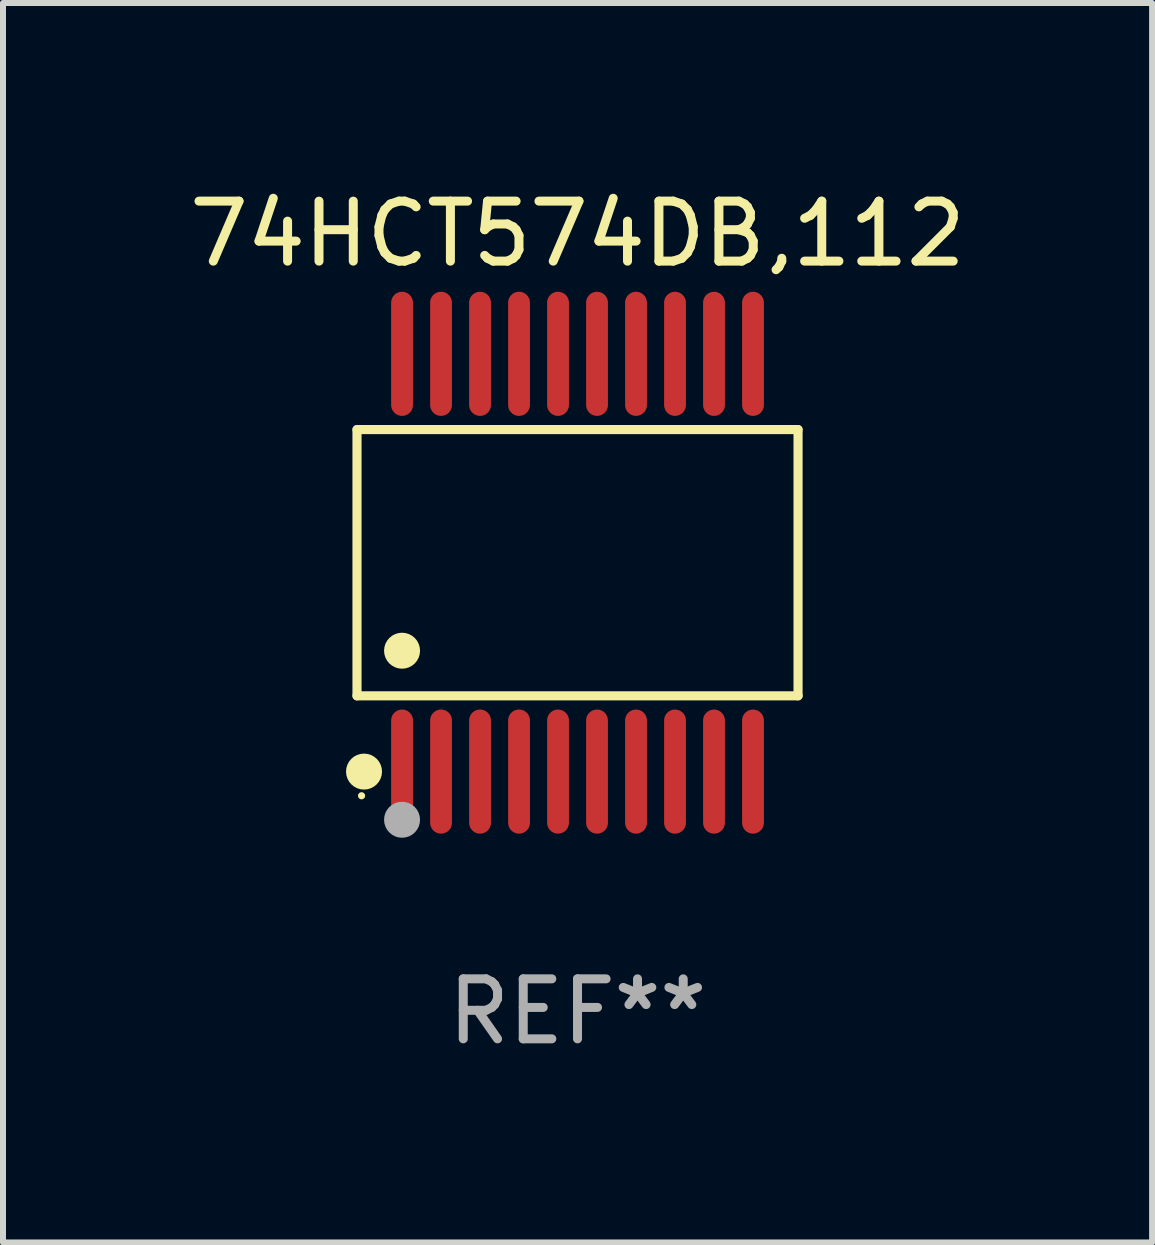
<source format=kicad_pcb>
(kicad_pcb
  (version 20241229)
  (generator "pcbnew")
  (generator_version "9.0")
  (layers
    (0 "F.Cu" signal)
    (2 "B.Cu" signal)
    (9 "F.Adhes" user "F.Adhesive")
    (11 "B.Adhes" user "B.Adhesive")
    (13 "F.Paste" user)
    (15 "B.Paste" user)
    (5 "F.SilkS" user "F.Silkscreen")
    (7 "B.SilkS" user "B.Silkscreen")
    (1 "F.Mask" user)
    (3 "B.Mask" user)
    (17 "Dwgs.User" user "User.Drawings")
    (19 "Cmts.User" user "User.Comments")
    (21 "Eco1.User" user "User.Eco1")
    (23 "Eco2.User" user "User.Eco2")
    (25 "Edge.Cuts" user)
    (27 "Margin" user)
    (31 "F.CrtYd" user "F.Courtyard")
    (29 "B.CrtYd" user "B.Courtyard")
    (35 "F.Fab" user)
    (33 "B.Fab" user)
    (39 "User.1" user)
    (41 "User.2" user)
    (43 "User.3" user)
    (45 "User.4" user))
  (footprint "74HCT574DB,112"
    (layer "F.Cu")
    (at 6.577 6.33)
    (property "Reference" "74HCT574DB,112" (at 0 -5.482 0) (layer "F.SilkS") (effects (font (size 1 1) (thickness 0.15))))
    (attr through_hole)
    (fp_line (start -3.676 -2.219) (end 3.676 -2.219) (stroke (width 0.152) (type solid)) (layer "F.SilkS"))
    (fp_line (start -3.676 2.219) (end -3.676 -2.219) (stroke (width 0.152) (type solid)) (layer "F.SilkS"))
    (fp_line (start 3.676 -2.219) (end 3.676 2.219) (stroke (width 0.152) (type solid)) (layer "F.SilkS"))
    (fp_line (start 3.676 2.219) (end -3.676 2.219) (stroke (width 0.152) (type solid)) (layer "F.SilkS"))
    (fp_circle (center -3.6 3.885) (end -3.57 3.885) (stroke (width 0.06) (type solid)) (fill no) (layer "F.SilkS"))
    (fp_circle (center -3.559 3.482) (end -3.409 3.482) (stroke (width 0.3) (type solid)) (fill no) (layer "F.SilkS"))
    (fp_circle (center -2.925 1.467) (end -2.775 1.467) (stroke (width 0.3) (type solid)) (fill no) (layer "F.SilkS"))
    (fp_circle (center -2.925 4.285) (end -2.775 4.285) (stroke (width 0.3) (type solid)) (fill no) (layer "F.Fab"))
    (fp_text user "REF**" (at 0 7.482 0) (layer "F.Fab") (effects (font (size 1 1) (thickness 0.15))))
    (pad "1" smd oval (at -2.925 3.482) (size 0.364 2.069) (layers "F.Cu" "F.Mask" "F.Paste"))
    (pad "2" smd oval (at -2.275 3.482) (size 0.364 2.069) (layers "F.Cu" "F.Mask" "F.Paste"))
    (pad "3" smd oval (at -1.625 3.482) (size 0.364 2.069) (layers "F.Cu" "F.Mask" "F.Paste"))
    (pad "4" smd oval (at -0.975 3.482) (size 0.364 2.069) (layers "F.Cu" "F.Mask" "F.Paste"))
    (pad "5" smd oval (at -0.325 3.482) (size 0.364 2.069) (layers "F.Cu" "F.Mask" "F.Paste"))
    (pad "6" smd oval (at 0.325 3.482) (size 0.364 2.069) (layers "F.Cu" "F.Mask" "F.Paste"))
    (pad "7" smd oval (at 0.975 3.482) (size 0.364 2.069) (layers "F.Cu" "F.Mask" "F.Paste"))
    (pad "8" smd oval (at 1.625 3.482) (size 0.364 2.069) (layers "F.Cu" "F.Mask" "F.Paste"))
    (pad "9" smd oval (at 2.275 3.482) (size 0.364 2.069) (layers "F.Cu" "F.Mask" "F.Paste"))
    (pad "10" smd oval (at 2.925 3.482) (size 0.364 2.069) (layers "F.Cu" "F.Mask" "F.Paste"))
    (pad "11" smd oval (at 2.925 -3.482) (size 0.364 2.069) (layers "F.Cu" "F.Mask" "F.Paste"))
    (pad "12" smd oval (at 2.275 -3.482) (size 0.364 2.069) (layers "F.Cu" "F.Mask" "F.Paste"))
    (pad "13" smd oval (at 1.625 -3.482) (size 0.364 2.069) (layers "F.Cu" "F.Mask" "F.Paste"))
    (pad "14" smd oval (at 0.975 -3.482) (size 0.364 2.069) (layers "F.Cu" "F.Mask" "F.Paste"))
    (pad "15" smd oval (at 0.325 -3.482) (size 0.364 2.069) (layers "F.Cu" "F.Mask" "F.Paste"))
    (pad "16" smd oval (at -0.325 -3.482) (size 0.364 2.069) (layers "F.Cu" "F.Mask" "F.Paste"))
    (pad "17" smd oval (at -0.975 -3.482) (size 0.364 2.069) (layers "F.Cu" "F.Mask" "F.Paste"))
    (pad "18" smd oval (at -1.625 -3.482) (size 0.364 2.069) (layers "F.Cu" "F.Mask" "F.Paste"))
    (pad "19" smd oval (at -2.275 -3.482) (size 0.364 2.069) (layers "F.Cu" "F.Mask" "F.Paste"))
    (pad "20" smd oval (at -2.925 -3.482) (size 0.364 2.069) (layers "F.Cu" "F.Mask" "F.Paste")))
  (gr_rect
    (start -3 -3)
    (end 16.155 17.661)
    (stroke (width 0.1) (type default))
    (fill no)
    (layer "Edge.Cuts")))
</source>
